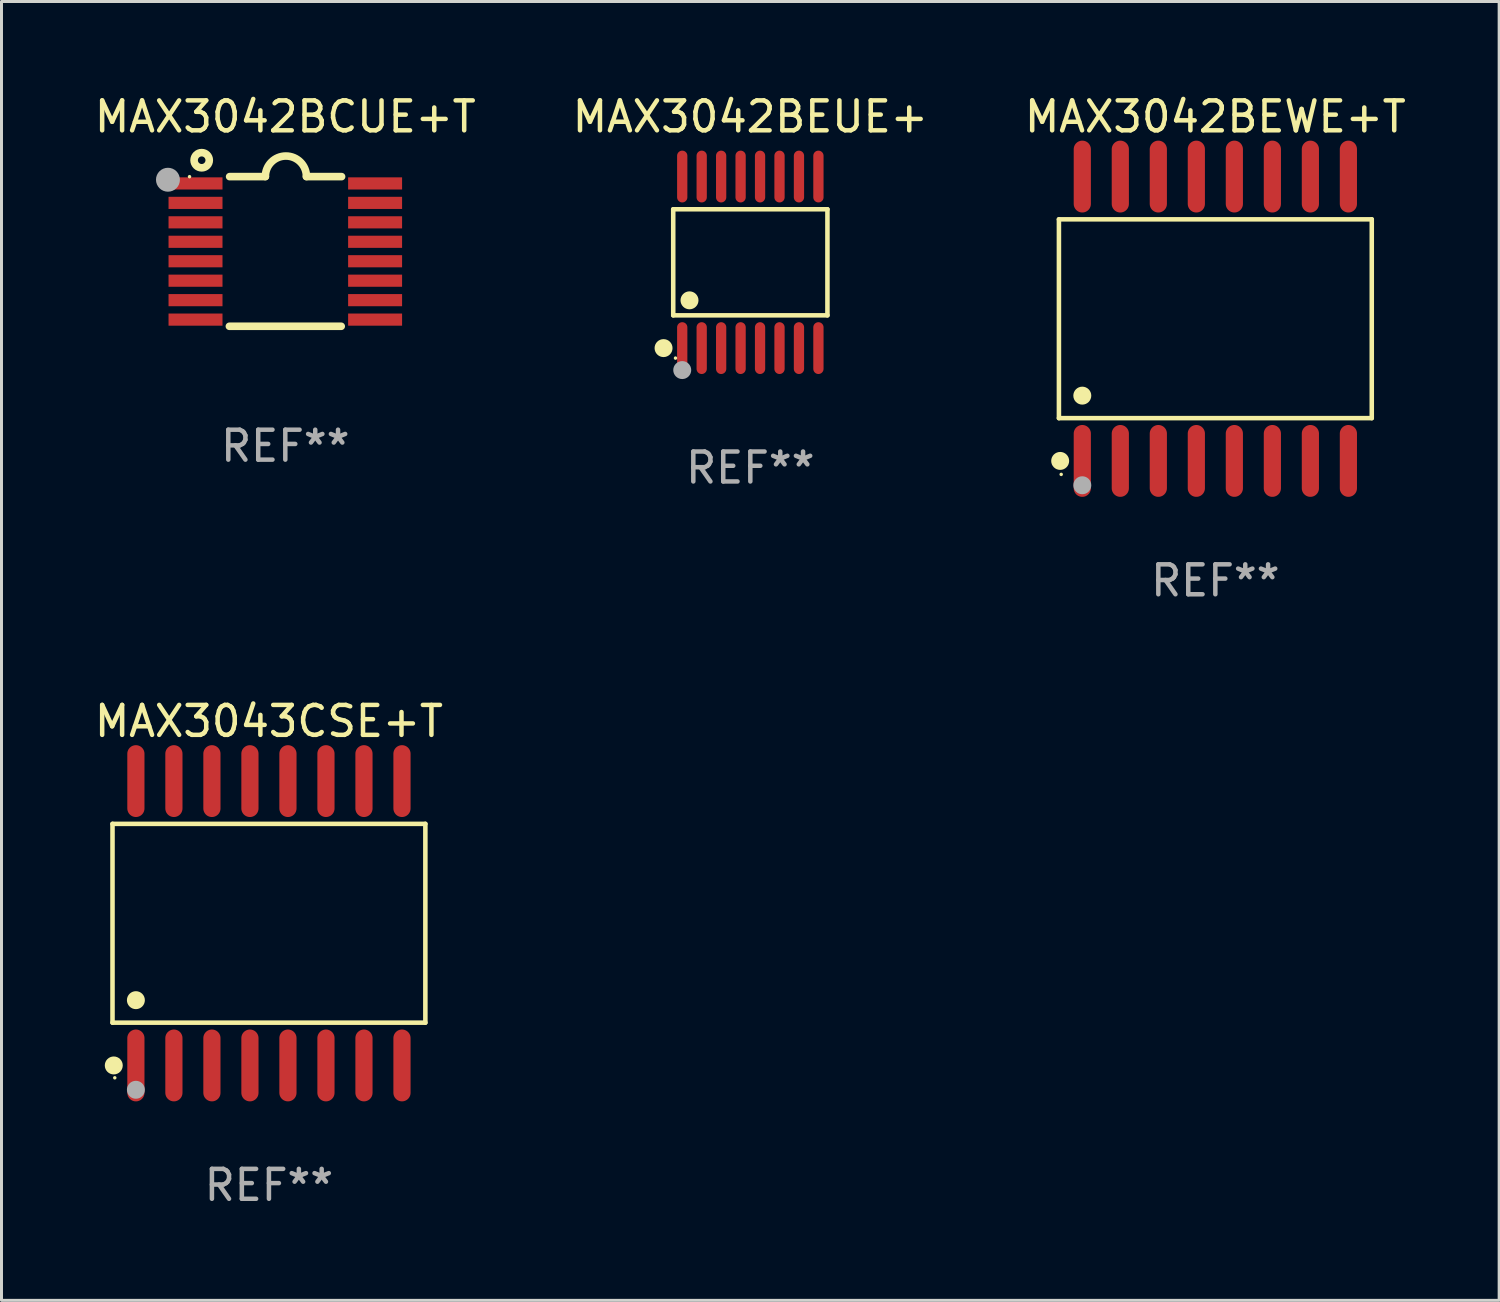
<source format=kicad_pcb>
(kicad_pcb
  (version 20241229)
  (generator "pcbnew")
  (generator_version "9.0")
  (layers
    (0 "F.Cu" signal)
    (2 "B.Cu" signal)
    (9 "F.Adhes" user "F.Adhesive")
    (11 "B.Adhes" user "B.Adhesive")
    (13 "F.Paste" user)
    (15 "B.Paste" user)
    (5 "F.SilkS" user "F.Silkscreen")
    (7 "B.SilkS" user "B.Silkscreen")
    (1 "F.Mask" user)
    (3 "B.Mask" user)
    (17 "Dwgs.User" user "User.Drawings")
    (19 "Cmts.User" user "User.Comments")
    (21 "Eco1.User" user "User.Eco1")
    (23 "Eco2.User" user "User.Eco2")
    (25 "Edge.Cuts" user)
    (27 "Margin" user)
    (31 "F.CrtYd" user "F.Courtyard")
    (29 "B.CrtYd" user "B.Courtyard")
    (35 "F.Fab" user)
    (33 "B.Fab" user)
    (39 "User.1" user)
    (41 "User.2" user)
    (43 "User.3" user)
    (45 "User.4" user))
  (footprint "MAX3042BCUE+T"
    (layer "F.Cu")
    (at 6.482 5.35)
    (property "Reference" "MAX3042BCUE+T" (at 0 -4.501 0) (layer "F.SilkS") (effects (font (size 1 1) (thickness 0.15))))
    (attr through_hole)
    (fp_line (start -1.868 2.501) (end 1.868 2.501) (stroke (width 0.254) (type solid)) (layer "F.SilkS"))
    (fp_line (start -1.86 -2.499) (end -0.666 -2.501) (stroke (width 0.254) (type solid)) (layer "F.SilkS"))
    (fp_line (start 0.706 -2.501) (end 1.88 -2.499) (stroke (width 0.254) (type solid)) (layer "F.SilkS"))
    (fp_arc (start -0.665914 -2.501448) (mid 0.019888 -3.18725) (end 0.70569 -2.501448) (stroke (width 0.254001) (type solid)) (layer "F.SilkS"))
    (fp_circle (center -3.2 -2.497) (end -3.17 -2.497) (stroke (width 0.06) (type solid)) (fill no) (layer "F.SilkS"))
    (fp_circle (center -2.794 -3.047) (end -2.54 -3.047) (stroke (width 0.254) (type solid)) (fill no) (layer "F.SilkS"))
    (fp_circle (center -3.921 -2.395) (end -3.721 -2.395) (stroke (width 0.4) (type solid)) (fill no) (layer "F.Fab"))
    (fp_text user "REF**" (at 0 6.501 0) (layer "F.Fab") (effects (font (size 1 1) (thickness 0.15))))
    (pad "1" smd rect (at -3 -2.272) (size 1.803 0.406) (layers "F.Cu" "F.Mask" "F.Paste"))
    (pad "2" smd rect (at -3 -1.622) (size 1.803 0.406) (layers "F.Cu" "F.Mask" "F.Paste"))
    (pad "3" smd rect (at -3 -0.972) (size 1.803 0.406) (layers "F.Cu" "F.Mask" "F.Paste"))
    (pad "4" smd rect (at -3 -0.322) (size 1.803 0.406) (layers "F.Cu" "F.Mask" "F.Paste"))
    (pad "5" smd rect (at -3 0.328) (size 1.803 0.406) (layers "F.Cu" "F.Mask" "F.Paste"))
    (pad "6" smd rect (at -3 0.978) (size 1.803 0.406) (layers "F.Cu" "F.Mask" "F.Paste"))
    (pad "7" smd rect (at -3 1.628) (size 1.803 0.406) (layers "F.Cu" "F.Mask" "F.Paste"))
    (pad "8" smd rect (at -3 2.278) (size 1.803 0.406) (layers "F.Cu" "F.Mask" "F.Paste"))
    (pad "9" smd rect (at 3 2.278) (size 1.803 0.406) (layers "F.Cu" "F.Mask" "F.Paste"))
    (pad "10" smd rect (at 3 1.628) (size 1.803 0.406) (layers "F.Cu" "F.Mask" "F.Paste"))
    (pad "11" smd rect (at 3 0.978) (size 1.803 0.406) (layers "F.Cu" "F.Mask" "F.Paste"))
    (pad "12" smd rect (at 3 0.328) (size 1.803 0.406) (layers "F.Cu" "F.Mask" "F.Paste"))
    (pad "13" smd rect (at 3 -0.322) (size 1.803 0.406) (layers "F.Cu" "F.Mask" "F.Paste"))
    (pad "14" smd rect (at 3 -0.972) (size 1.803 0.406) (layers "F.Cu" "F.Mask" "F.Paste"))
    (pad "15" smd rect (at 3 -1.622) (size 1.803 0.406) (layers "F.Cu" "F.Mask" "F.Paste"))
    (pad "16" smd rect (at 3 -2.272) (size 1.803 0.406) (layers "F.Cu" "F.Mask" "F.Paste")))
  (footprint "MAX3042BEWE+T"
    (layer "F.Cu")
    (at 37.554 7.599)
    (property "Reference" "MAX3042BEWE+T" (at 0 -6.75 0) (layer "F.SilkS") (effects (font (size 1 1) (thickness 0.15))))
    (attr through_hole)
    (fp_line (start -5.226 -3.321) (end 5.226 -3.321) (stroke (width 0.152) (type solid)) (layer "F.SilkS"))
    (fp_line (start -5.226 3.321) (end -5.226 -3.321) (stroke (width 0.152) (type solid)) (layer "F.SilkS"))
    (fp_line (start 5.226 -3.321) (end 5.226 3.321) (stroke (width 0.152) (type solid)) (layer "F.SilkS"))
    (fp_line (start 5.226 3.321) (end -5.226 3.321) (stroke (width 0.152) (type solid)) (layer "F.SilkS"))
    (fp_circle (center -5.184 4.75) (end -5.034 4.75) (stroke (width 0.3) (type solid)) (fill no) (layer "F.SilkS"))
    (fp_circle (center -5.15 5.2) (end -5.12 5.2) (stroke (width 0.06) (type solid)) (fill no) (layer "F.SilkS"))
    (fp_circle (center -4.445 2.569) (end -4.295 2.569) (stroke (width 0.3) (type solid)) (fill no) (layer "F.SilkS"))
    (fp_circle (center -4.445 5.563) (end -4.295 5.563) (stroke (width 0.3) (type solid)) (fill no) (layer "F.Fab"))
    (fp_text user "REF**" (at 0 8.75 0) (layer "F.Fab") (effects (font (size 1 1) (thickness 0.15))))
    (pad "1" smd oval (at -4.445 4.75) (size 0.574 2.401) (layers "F.Cu" "F.Mask" "F.Paste"))
    (pad "2" smd oval (at -3.175 4.75) (size 0.574 2.401) (layers "F.Cu" "F.Mask" "F.Paste"))
    (pad "3" smd oval (at -1.905 4.75) (size 0.574 2.401) (layers "F.Cu" "F.Mask" "F.Paste"))
    (pad "4" smd oval (at -0.635 4.75) (size 0.574 2.401) (layers "F.Cu" "F.Mask" "F.Paste"))
    (pad "5" smd oval (at 0.635 4.75) (size 0.574 2.401) (layers "F.Cu" "F.Mask" "F.Paste"))
    (pad "6" smd oval (at 1.905 4.75) (size 0.574 2.401) (layers "F.Cu" "F.Mask" "F.Paste"))
    (pad "7" smd oval (at 3.175 4.75) (size 0.574 2.401) (layers "F.Cu" "F.Mask" "F.Paste"))
    (pad "8" smd oval (at 4.445 4.75) (size 0.574 2.401) (layers "F.Cu" "F.Mask" "F.Paste"))
    (pad "9" smd oval (at 4.445 -4.75) (size 0.574 2.401) (layers "F.Cu" "F.Mask" "F.Paste"))
    (pad "10" smd oval (at 3.175 -4.75) (size 0.574 2.401) (layers "F.Cu" "F.Mask" "F.Paste"))
    (pad "11" smd oval (at 1.905 -4.75) (size 0.574 2.401) (layers "F.Cu" "F.Mask" "F.Paste"))
    (pad "12" smd oval (at 0.635 -4.75) (size 0.574 2.401) (layers "F.Cu" "F.Mask" "F.Paste"))
    (pad "13" smd oval (at -0.635 -4.75) (size 0.574 2.401) (layers "F.Cu" "F.Mask" "F.Paste"))
    (pad "14" smd oval (at -1.905 -4.75) (size 0.574 2.401) (layers "F.Cu" "F.Mask" "F.Paste"))
    (pad "15" smd oval (at -3.175 -4.75) (size 0.574 2.401) (layers "F.Cu" "F.Mask" "F.Paste"))
    (pad "16" smd oval (at -4.445 -4.75) (size 0.574 2.401) (layers "F.Cu" "F.Mask" "F.Paste")))
  (footprint "MAX3042BEUE+"
    (layer "F.Cu")
    (at 22.018 5.714)
    (property "Reference" "MAX3042BEUE+" (at 0 -4.866 0) (layer "F.SilkS") (effects (font (size 1 1) (thickness 0.15))))
    (attr through_hole)
    (fp_line (start -2.576 -1.772) (end 2.576 -1.772) (stroke (width 0.152) (type solid)) (layer "F.SilkS"))
    (fp_line (start -2.576 1.771) (end -2.576 -1.772) (stroke (width 0.152) (type solid)) (layer "F.SilkS"))
    (fp_line (start 2.576 -1.772) (end 2.576 1.771) (stroke (width 0.152) (type solid)) (layer "F.SilkS"))
    (fp_line (start 2.576 1.771) (end -2.576 1.771) (stroke (width 0.152) (type solid)) (layer "F.SilkS"))
    (fp_circle (center -2.899 2.866) (end -2.749 2.866) (stroke (width 0.3) (type solid)) (fill no) (layer "F.SilkS"))
    (fp_circle (center -2.5 3.2) (end -2.47 3.2) (stroke (width 0.06) (type solid)) (fill no) (layer "F.SilkS"))
    (fp_circle (center -2.032 1.27) (end -1.882 1.27) (stroke (width 0.3) (type solid)) (fill no) (layer "F.SilkS"))
    (fp_circle (center -2.275 3.6) (end -2.125 3.6) (stroke (width 0.3) (type solid)) (fill no) (layer "F.Fab"))
    (fp_text user "REF**" (at 0 6.866 0) (layer "F.Fab") (effects (font (size 1 1) (thickness 0.15))))
    (pad "1" smd oval (at -2.275 2.866) (size 0.343 1.731) (layers "F.Cu" "F.Mask" "F.Paste"))
    (pad "2" smd oval (at -1.625 2.866) (size 0.343 1.731) (layers "F.Cu" "F.Mask" "F.Paste"))
    (pad "3" smd oval (at -0.975 2.866) (size 0.343 1.731) (layers "F.Cu" "F.Mask" "F.Paste"))
    (pad "4" smd oval (at -0.325 2.866) (size 0.343 1.731) (layers "F.Cu" "F.Mask" "F.Paste"))
    (pad "5" smd oval (at 0.325 2.866) (size 0.343 1.731) (layers "F.Cu" "F.Mask" "F.Paste"))
    (pad "6" smd oval (at 0.975 2.866) (size 0.343 1.731) (layers "F.Cu" "F.Mask" "F.Paste"))
    (pad "7" smd oval (at 1.625 2.866) (size 0.343 1.731) (layers "F.Cu" "F.Mask" "F.Paste"))
    (pad "8" smd oval (at 2.275 2.866) (size 0.343 1.731) (layers "F.Cu" "F.Mask" "F.Paste"))
    (pad "9" smd oval (at 2.275 -2.866) (size 0.343 1.731) (layers "F.Cu" "F.Mask" "F.Paste"))
    (pad "10" smd oval (at 1.625 -2.866) (size 0.343 1.731) (layers "F.Cu" "F.Mask" "F.Paste"))
    (pad "11" smd oval (at 0.975 -2.866) (size 0.343 1.731) (layers "F.Cu" "F.Mask" "F.Paste"))
    (pad "12" smd oval (at 0.325 -2.866) (size 0.343 1.731) (layers "F.Cu" "F.Mask" "F.Paste"))
    (pad "13" smd oval (at -0.325 -2.866) (size 0.343 1.731) (layers "F.Cu" "F.Mask" "F.Paste"))
    (pad "14" smd oval (at -0.975 -2.866) (size 0.343 1.731) (layers "F.Cu" "F.Mask" "F.Paste"))
    (pad "15" smd oval (at -1.625 -2.866) (size 0.343 1.731) (layers "F.Cu" "F.Mask" "F.Paste"))
    (pad "16" smd oval (at -2.275 -2.866) (size 0.343 1.731) (layers "F.Cu" "F.Mask" "F.Paste")))
  (footprint "MAX3043CSE+T"
    (layer "F.Cu")
    (at 5.935 27.796)
    (property "Reference" "MAX3043CSE+T" (at 0 -6.75 0) (layer "F.SilkS") (effects (font (size 1 1) (thickness 0.15))))
    (attr through_hole)
    (fp_line (start -5.226 -3.321) (end 5.226 -3.321) (stroke (width 0.152) (type solid)) (layer "F.SilkS"))
    (fp_line (start -5.226 3.321) (end -5.226 -3.321) (stroke (width 0.152) (type solid)) (layer "F.SilkS"))
    (fp_line (start 5.226 -3.321) (end 5.226 3.321) (stroke (width 0.152) (type solid)) (layer "F.SilkS"))
    (fp_line (start 5.226 3.321) (end -5.226 3.321) (stroke (width 0.152) (type solid)) (layer "F.SilkS"))
    (fp_circle (center -5.184 4.75) (end -5.034 4.75) (stroke (width 0.3) (type solid)) (fill no) (layer "F.SilkS"))
    (fp_circle (center -5.15 5.163) (end -5.12 5.163) (stroke (width 0.06) (type solid)) (fill no) (layer "F.SilkS"))
    (fp_circle (center -4.445 2.569) (end -4.295 2.569) (stroke (width 0.3) (type solid)) (fill no) (layer "F.SilkS"))
    (fp_circle (center -4.445 5.563) (end -4.295 5.563) (stroke (width 0.3) (type solid)) (fill no) (layer "F.Fab"))
    (fp_text user "REF**" (at 0 8.75 0) (layer "F.Fab") (effects (font (size 1 1) (thickness 0.15))))
    (pad "1" smd oval (at -4.445 4.75) (size 0.574 2.401) (layers "F.Cu" "F.Mask" "F.Paste"))
    (pad "2" smd oval (at -3.175 4.75) (size 0.574 2.401) (layers "F.Cu" "F.Mask" "F.Paste"))
    (pad "3" smd oval (at -1.905 4.75) (size 0.574 2.401) (layers "F.Cu" "F.Mask" "F.Paste"))
    (pad "4" smd oval (at -0.635 4.75) (size 0.574 2.401) (layers "F.Cu" "F.Mask" "F.Paste"))
    (pad "5" smd oval (at 0.635 4.75) (size 0.574 2.401) (layers "F.Cu" "F.Mask" "F.Paste"))
    (pad "6" smd oval (at 1.905 4.75) (size 0.574 2.401) (layers "F.Cu" "F.Mask" "F.Paste"))
    (pad "7" smd oval (at 3.175 4.75) (size 0.574 2.401) (layers "F.Cu" "F.Mask" "F.Paste"))
    (pad "8" smd oval (at 4.445 4.75) (size 0.574 2.401) (layers "F.Cu" "F.Mask" "F.Paste"))
    (pad "9" smd oval (at 4.445 -4.75) (size 0.574 2.401) (layers "F.Cu" "F.Mask" "F.Paste"))
    (pad "10" smd oval (at 3.175 -4.75) (size 0.574 2.401) (layers "F.Cu" "F.Mask" "F.Paste"))
    (pad "11" smd oval (at 1.905 -4.75) (size 0.574 2.401) (layers "F.Cu" "F.Mask" "F.Paste"))
    (pad "12" smd oval (at 0.635 -4.75) (size 0.574 2.401) (layers "F.Cu" "F.Mask" "F.Paste"))
    (pad "13" smd oval (at -0.635 -4.75) (size 0.574 2.401) (layers "F.Cu" "F.Mask" "F.Paste"))
    (pad "14" smd oval (at -1.905 -4.75) (size 0.574 2.401) (layers "F.Cu" "F.Mask" "F.Paste"))
    (pad "15" smd oval (at -3.175 -4.75) (size 0.574 2.401) (layers "F.Cu" "F.Mask" "F.Paste"))
    (pad "16" smd oval (at -4.445 -4.75) (size 0.574 2.401) (layers "F.Cu" "F.Mask" "F.Paste")))
  (gr_rect
    (start -3 -3)
    (end 47.036 40.394)
    (stroke (width 0.1) (type default))
    (fill no)
    (layer "Edge.Cuts")))
</source>
